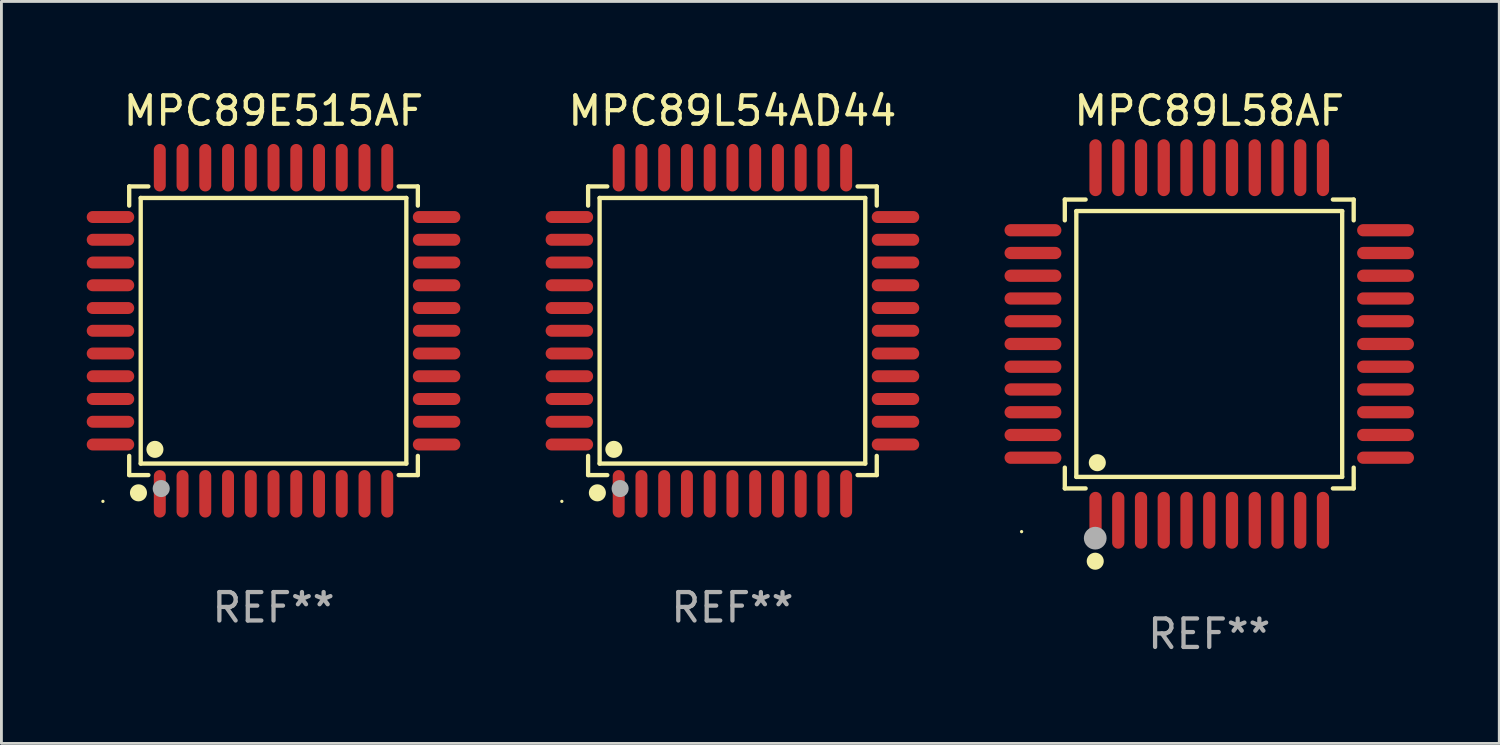
<source format=kicad_pcb>
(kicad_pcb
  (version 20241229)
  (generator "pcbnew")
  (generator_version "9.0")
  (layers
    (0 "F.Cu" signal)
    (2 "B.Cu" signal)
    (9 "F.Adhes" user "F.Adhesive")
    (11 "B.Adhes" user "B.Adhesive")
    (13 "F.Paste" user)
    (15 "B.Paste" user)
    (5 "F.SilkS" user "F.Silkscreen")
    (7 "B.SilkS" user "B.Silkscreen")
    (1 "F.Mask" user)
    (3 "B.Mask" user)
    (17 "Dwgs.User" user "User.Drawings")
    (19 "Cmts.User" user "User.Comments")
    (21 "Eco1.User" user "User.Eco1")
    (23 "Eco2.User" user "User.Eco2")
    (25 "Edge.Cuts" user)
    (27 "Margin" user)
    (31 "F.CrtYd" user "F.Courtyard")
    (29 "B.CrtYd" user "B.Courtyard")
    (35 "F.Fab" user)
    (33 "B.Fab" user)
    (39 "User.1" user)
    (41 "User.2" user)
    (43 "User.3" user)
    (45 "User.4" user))
  (footprint "MPC89E515AF"
    (layer "F.Cu")
    (at 6.57 8.583)
    (property "Reference" "MPC89E515AF" (at 0 -7.735 0) (layer "F.SilkS") (effects (font (size 1 1) (thickness 0.15))))
    (attr through_hole)
    (fp_line (start -5.076 -5.076) (end -4.401 -5.076) (stroke (width 0.152) (type solid)) (layer "F.SilkS"))
    (fp_line (start -5.076 -4.401) (end -5.076 -5.076) (stroke (width 0.152) (type solid)) (layer "F.SilkS"))
    (fp_line (start -5.076 4.401) (end -5.076 5.076) (stroke (width 0.152) (type solid)) (layer "F.SilkS"))
    (fp_line (start -5.076 5.076) (end -4.401 5.076) (stroke (width 0.152) (type solid)) (layer "F.SilkS"))
    (fp_line (start -4.671 -4.671) (end 4.671 -4.671) (stroke (width 0.152) (type solid)) (layer "F.SilkS"))
    (fp_line (start -4.671 4.671) (end -4.671 -4.671) (stroke (width 0.152) (type solid)) (layer "F.SilkS"))
    (fp_line (start 4.671 -4.671) (end 4.671 4.671) (stroke (width 0.152) (type solid)) (layer "F.SilkS"))
    (fp_line (start 4.671 4.671) (end -4.671 4.671) (stroke (width 0.152) (type solid)) (layer "F.SilkS"))
    (fp_line (start 5.076 -5.076) (end 4.401 -5.076) (stroke (width 0.152) (type solid)) (layer "F.SilkS"))
    (fp_line (start 5.076 -4.401) (end 5.076 -5.076) (stroke (width 0.152) (type solid)) (layer "F.SilkS"))
    (fp_line (start 5.076 4.401) (end 5.076 5.076) (stroke (width 0.152) (type solid)) (layer "F.SilkS"))
    (fp_line (start 5.076 5.076) (end 4.401 5.076) (stroke (width 0.152) (type solid)) (layer "F.SilkS"))
    (fp_circle (center -6 6) (end -5.97 6) (stroke (width 0.06) (type solid)) (fill no) (layer "F.SilkS"))
    (fp_circle (center -4.75 5.7) (end -4.6 5.7) (stroke (width 0.3) (type solid)) (fill no) (layer "F.SilkS"))
    (fp_circle (center -4.171 4.171) (end -4.021 4.171) (stroke (width 0.3) (type solid)) (fill no) (layer "F.SilkS"))
    (fp_circle (center -3.95 5.55) (end -3.8 5.55) (stroke (width 0.3) (type solid)) (fill no) (layer "F.Fab"))
    (fp_text user "REF**" (at 0 9.735 0) (layer "F.Fab") (effects (font (size 1 1) (thickness 0.15))))
    (pad "1" smd oval (at -4 5.735) (size 0.42 1.67) (layers "F.Cu" "F.Mask" "F.Paste"))
    (pad "2" smd oval (at -3.2 5.735) (size 0.42 1.67) (layers "F.Cu" "F.Mask" "F.Paste"))
    (pad "3" smd oval (at -2.4 5.735) (size 0.42 1.67) (layers "F.Cu" "F.Mask" "F.Paste"))
    (pad "4" smd oval (at -1.6 5.735) (size 0.42 1.67) (layers "F.Cu" "F.Mask" "F.Paste"))
    (pad "5" smd oval (at -0.8 5.735) (size 0.42 1.67) (layers "F.Cu" "F.Mask" "F.Paste"))
    (pad "6" smd oval (at 0 5.735) (size 0.42 1.67) (layers "F.Cu" "F.Mask" "F.Paste"))
    (pad "7" smd oval (at 0.8 5.735) (size 0.42 1.67) (layers "F.Cu" "F.Mask" "F.Paste"))
    (pad "8" smd oval (at 1.6 5.735) (size 0.42 1.67) (layers "F.Cu" "F.Mask" "F.Paste"))
    (pad "9" smd oval (at 2.4 5.735) (size 0.42 1.67) (layers "F.Cu" "F.Mask" "F.Paste"))
    (pad "10" smd oval (at 3.2 5.735) (size 0.42 1.67) (layers "F.Cu" "F.Mask" "F.Paste"))
    (pad "11" smd oval (at 4 5.735) (size 0.42 1.67) (layers "F.Cu" "F.Mask" "F.Paste"))
    (pad "12" smd oval (at 5.735 4) (size 1.67 0.42) (layers "F.Cu" "F.Mask" "F.Paste"))
    (pad "13" smd oval (at 5.735 3.2) (size 1.67 0.42) (layers "F.Cu" "F.Mask" "F.Paste"))
    (pad "14" smd oval (at 5.735 2.4) (size 1.67 0.42) (layers "F.Cu" "F.Mask" "F.Paste"))
    (pad "15" smd oval (at 5.735 1.6) (size 1.67 0.42) (layers "F.Cu" "F.Mask" "F.Paste"))
    (pad "16" smd oval (at 5.735 0.8) (size 1.67 0.42) (layers "F.Cu" "F.Mask" "F.Paste"))
    (pad "17" smd oval (at 5.735 0) (size 1.67 0.42) (layers "F.Cu" "F.Mask" "F.Paste"))
    (pad "18" smd oval (at 5.735 -0.8) (size 1.67 0.42) (layers "F.Cu" "F.Mask" "F.Paste"))
    (pad "19" smd oval (at 5.735 -1.6) (size 1.67 0.42) (layers "F.Cu" "F.Mask" "F.Paste"))
    (pad "20" smd oval (at 5.735 -2.4) (size 1.67 0.42) (layers "F.Cu" "F.Mask" "F.Paste"))
    (pad "21" smd oval (at 5.735 -3.2) (size 1.67 0.42) (layers "F.Cu" "F.Mask" "F.Paste"))
    (pad "22" smd oval (at 5.735 -4) (size 1.67 0.42) (layers "F.Cu" "F.Mask" "F.Paste"))
    (pad "23" smd oval (at 4 -5.735) (size 0.42 1.67) (layers "F.Cu" "F.Mask" "F.Paste"))
    (pad "24" smd oval (at 3.2 -5.735) (size 0.42 1.67) (layers "F.Cu" "F.Mask" "F.Paste"))
    (pad "25" smd oval (at 2.4 -5.735) (size 0.42 1.67) (layers "F.Cu" "F.Mask" "F.Paste"))
    (pad "26" smd oval (at 1.6 -5.735) (size 0.42 1.67) (layers "F.Cu" "F.Mask" "F.Paste"))
    (pad "27" smd oval (at 0.8 -5.735) (size 0.42 1.67) (layers "F.Cu" "F.Mask" "F.Paste"))
    (pad "28" smd oval (at 0 -5.735) (size 0.42 1.67) (layers "F.Cu" "F.Mask" "F.Paste"))
    (pad "29" smd oval (at -0.8 -5.735) (size 0.42 1.67) (layers "F.Cu" "F.Mask" "F.Paste"))
    (pad "30" smd oval (at -1.6 -5.735) (size 0.42 1.67) (layers "F.Cu" "F.Mask" "F.Paste"))
    (pad "31" smd oval (at -2.4 -5.735) (size 0.42 1.67) (layers "F.Cu" "F.Mask" "F.Paste"))
    (pad "32" smd oval (at -3.2 -5.735) (size 0.42 1.67) (layers "F.Cu" "F.Mask" "F.Paste"))
    (pad "33" smd oval (at -4 -5.735) (size 0.42 1.67) (layers "F.Cu" "F.Mask" "F.Paste"))
    (pad "34" smd oval (at -5.735 -4) (size 1.67 0.42) (layers "F.Cu" "F.Mask" "F.Paste"))
    (pad "35" smd oval (at -5.735 -3.2) (size 1.67 0.42) (layers "F.Cu" "F.Mask" "F.Paste"))
    (pad "36" smd oval (at -5.735 -2.4) (size 1.67 0.42) (layers "F.Cu" "F.Mask" "F.Paste"))
    (pad "37" smd oval (at -5.735 -1.6) (size 1.67 0.42) (layers "F.Cu" "F.Mask" "F.Paste"))
    (pad "38" smd oval (at -5.735 -0.8) (size 1.67 0.42) (layers "F.Cu" "F.Mask" "F.Paste"))
    (pad "39" smd oval (at -5.735 0) (size 1.67 0.42) (layers "F.Cu" "F.Mask" "F.Paste"))
    (pad "40" smd oval (at -5.735 0.8) (size 1.67 0.42) (layers "F.Cu" "F.Mask" "F.Paste"))
    (pad "41" smd oval (at -5.735 1.6) (size 1.67 0.42) (layers "F.Cu" "F.Mask" "F.Paste"))
    (pad "42" smd oval (at -5.735 2.4) (size 1.67 0.42) (layers "F.Cu" "F.Mask" "F.Paste"))
    (pad "43" smd oval (at -5.735 3.2) (size 1.67 0.42) (layers "F.Cu" "F.Mask" "F.Paste"))
    (pad "44" smd oval (at -5.735 4) (size 1.67 0.42) (layers "F.Cu" "F.Mask" "F.Paste")))
  (footprint "MPC89L58AF"
    (layer "F.Cu")
    (at 39.48 9.048)
    (property "Reference" "MPC89L58AF" (at 0 -8.2 0) (layer "F.SilkS") (effects (font (size 1 1) (thickness 0.15))))
    (attr through_hole)
    (fp_line (start -5.08 -5.08) (end -4.348 -5.08) (stroke (width 0.152) (type solid)) (layer "F.SilkS"))
    (fp_line (start -5.08 -4.348) (end -5.08 -5.08) (stroke (width 0.152) (type solid)) (layer "F.SilkS"))
    (fp_line (start -5.08 4.348) (end -5.08 5.08) (stroke (width 0.152) (type solid)) (layer "F.SilkS"))
    (fp_line (start -5.08 5.08) (end -4.348 5.08) (stroke (width 0.152) (type solid)) (layer "F.SilkS"))
    (fp_line (start -4.675 -4.675) (end 4.675 -4.675) (stroke (width 0.152) (type solid)) (layer "F.SilkS"))
    (fp_line (start -4.675 4.675) (end -4.675 -4.675) (stroke (width 0.152) (type solid)) (layer "F.SilkS"))
    (fp_line (start 4.675 -4.675) (end 4.675 4.675) (stroke (width 0.152) (type solid)) (layer "F.SilkS"))
    (fp_line (start 4.675 4.675) (end -4.675 4.675) (stroke (width 0.152) (type solid)) (layer "F.SilkS"))
    (fp_line (start 5.08 -5.08) (end 4.348 -5.08) (stroke (width 0.152) (type solid)) (layer "F.SilkS"))
    (fp_line (start 5.08 -4.348) (end 5.08 -5.08) (stroke (width 0.152) (type solid)) (layer "F.SilkS"))
    (fp_line (start 5.08 4.348) (end 5.08 5.08) (stroke (width 0.152) (type solid)) (layer "F.SilkS"))
    (fp_line (start 5.08 5.08) (end 4.348 5.08) (stroke (width 0.152) (type solid)) (layer "F.SilkS"))
    (fp_circle (center -6.6 6.6) (end -6.57 6.6) (stroke (width 0.06) (type solid)) (fill no) (layer "F.SilkS"))
    (fp_circle (center -4.01 7.64) (end -3.86 7.64) (stroke (width 0.3) (type solid)) (fill no) (layer "F.SilkS"))
    (fp_circle (center -3.937 4.175) (end -3.787 4.175) (stroke (width 0.3) (type solid)) (fill no) (layer "F.SilkS"))
    (fp_circle (center -4.01 6.83) (end -3.81 6.83) (stroke (width 0.4) (type solid)) (fill no) (layer "F.Fab"))
    (fp_text user "REF**" (at 0 10.2 0) (layer "F.Fab") (effects (font (size 1 1) (thickness 0.15))))
    (pad "1" smd oval (at -4 6.2) (size 0.43 2) (layers "F.Cu" "F.Mask" "F.Paste"))
    (pad "2" smd oval (at -3.2 6.2) (size 0.43 2) (layers "F.Cu" "F.Mask" "F.Paste"))
    (pad "3" smd oval (at -2.4 6.2) (size 0.43 2) (layers "F.Cu" "F.Mask" "F.Paste"))
    (pad "4" smd oval (at -1.6 6.2) (size 0.43 2) (layers "F.Cu" "F.Mask" "F.Paste"))
    (pad "5" smd oval (at -0.8 6.2) (size 0.43 2) (layers "F.Cu" "F.Mask" "F.Paste"))
    (pad "6" smd oval (at 0 6.2) (size 0.43 2) (layers "F.Cu" "F.Mask" "F.Paste"))
    (pad "7" smd oval (at 0.8 6.2) (size 0.43 2) (layers "F.Cu" "F.Mask" "F.Paste"))
    (pad "8" smd oval (at 1.6 6.2) (size 0.43 2) (layers "F.Cu" "F.Mask" "F.Paste"))
    (pad "9" smd oval (at 2.4 6.2) (size 0.43 2) (layers "F.Cu" "F.Mask" "F.Paste"))
    (pad "10" smd oval (at 3.2 6.2) (size 0.43 2) (layers "F.Cu" "F.Mask" "F.Paste"))
    (pad "11" smd oval (at 4 6.2) (size 0.43 2) (layers "F.Cu" "F.Mask" "F.Paste"))
    (pad "12" smd oval (at 6.2 4) (size 2 0.43) (layers "F.Cu" "F.Mask" "F.Paste"))
    (pad "13" smd oval (at 6.2 3.2) (size 2 0.43) (layers "F.Cu" "F.Mask" "F.Paste"))
    (pad "14" smd oval (at 6.2 2.4) (size 2 0.43) (layers "F.Cu" "F.Mask" "F.Paste"))
    (pad "15" smd oval (at 6.2 1.6) (size 2 0.43) (layers "F.Cu" "F.Mask" "F.Paste"))
    (pad "16" smd oval (at 6.2 0.8) (size 2 0.43) (layers "F.Cu" "F.Mask" "F.Paste"))
    (pad "17" smd oval (at 6.2 0) (size 2 0.43) (layers "F.Cu" "F.Mask" "F.Paste"))
    (pad "18" smd oval (at 6.2 -0.8) (size 2 0.43) (layers "F.Cu" "F.Mask" "F.Paste"))
    (pad "19" smd oval (at 6.2 -1.6) (size 2 0.43) (layers "F.Cu" "F.Mask" "F.Paste"))
    (pad "20" smd oval (at 6.2 -2.4) (size 2 0.43) (layers "F.Cu" "F.Mask" "F.Paste"))
    (pad "21" smd oval (at 6.2 -3.2) (size 2 0.43) (layers "F.Cu" "F.Mask" "F.Paste"))
    (pad "22" smd oval (at 6.2 -4) (size 2 0.43) (layers "F.Cu" "F.Mask" "F.Paste"))
    (pad "23" smd oval (at 4 -6.2) (size 0.43 2) (layers "F.Cu" "F.Mask" "F.Paste"))
    (pad "24" smd oval (at 3.2 -6.2) (size 0.43 2) (layers "F.Cu" "F.Mask" "F.Paste"))
    (pad "25" smd oval (at 2.4 -6.2) (size 0.43 2) (layers "F.Cu" "F.Mask" "F.Paste"))
    (pad "26" smd oval (at 1.6 -6.2) (size 0.43 2) (layers "F.Cu" "F.Mask" "F.Paste"))
    (pad "27" smd oval (at 0.8 -6.2) (size 0.43 2) (layers "F.Cu" "F.Mask" "F.Paste"))
    (pad "28" smd oval (at 0 -6.2) (size 0.43 2) (layers "F.Cu" "F.Mask" "F.Paste"))
    (pad "29" smd oval (at -0.8 -6.2) (size 0.43 2) (layers "F.Cu" "F.Mask" "F.Paste"))
    (pad "30" smd oval (at -1.6 -6.2) (size 0.43 2) (layers "F.Cu" "F.Mask" "F.Paste"))
    (pad "31" smd oval (at -2.4 -6.2) (size 0.43 2) (layers "F.Cu" "F.Mask" "F.Paste"))
    (pad "32" smd oval (at -3.2 -6.2) (size 0.43 2) (layers "F.Cu" "F.Mask" "F.Paste"))
    (pad "33" smd oval (at -4 -6.2) (size 0.43 2) (layers "F.Cu" "F.Mask" "F.Paste"))
    (pad "34" smd oval (at -6.2 -4) (size 2 0.43) (layers "F.Cu" "F.Mask" "F.Paste"))
    (pad "35" smd oval (at -6.2 -3.2) (size 2 0.43) (layers "F.Cu" "F.Mask" "F.Paste"))
    (pad "36" smd oval (at -6.2 -2.4) (size 2 0.43) (layers "F.Cu" "F.Mask" "F.Paste"))
    (pad "37" smd oval (at -6.2 -1.6) (size 2 0.43) (layers "F.Cu" "F.Mask" "F.Paste"))
    (pad "38" smd oval (at -6.2 -0.8) (size 2 0.43) (layers "F.Cu" "F.Mask" "F.Paste"))
    (pad "39" smd oval (at -6.2 0) (size 2 0.43) (layers "F.Cu" "F.Mask" "F.Paste"))
    (pad "40" smd oval (at -6.2 0.8) (size 2 0.43) (layers "F.Cu" "F.Mask" "F.Paste"))
    (pad "41" smd oval (at -6.2 1.6) (size 2 0.43) (layers "F.Cu" "F.Mask" "F.Paste"))
    (pad "42" smd oval (at -6.2 2.4) (size 2 0.43) (layers "F.Cu" "F.Mask" "F.Paste"))
    (pad "43" smd oval (at -6.2 3.2) (size 2 0.43) (layers "F.Cu" "F.Mask" "F.Paste"))
    (pad "44" smd oval (at -6.2 4) (size 2 0.43) (layers "F.Cu" "F.Mask" "F.Paste")))
  (footprint "MPC89L54AD44"
    (layer "F.Cu")
    (at 22.71 8.583)
    (property "Reference" "MPC89L54AD44" (at 0 -7.735 0) (layer "F.SilkS") (effects (font (size 1 1) (thickness 0.15))))
    (attr through_hole)
    (fp_line (start -5.076 -5.076) (end -4.401 -5.076) (stroke (width 0.152) (type solid)) (layer "F.SilkS"))
    (fp_line (start -5.076 -4.401) (end -5.076 -5.076) (stroke (width 0.152) (type solid)) (layer "F.SilkS"))
    (fp_line (start -5.076 4.401) (end -5.076 5.076) (stroke (width 0.152) (type solid)) (layer "F.SilkS"))
    (fp_line (start -5.076 5.076) (end -4.401 5.076) (stroke (width 0.152) (type solid)) (layer "F.SilkS"))
    (fp_line (start -4.671 -4.671) (end 4.671 -4.671) (stroke (width 0.152) (type solid)) (layer "F.SilkS"))
    (fp_line (start -4.671 4.671) (end -4.671 -4.671) (stroke (width 0.152) (type solid)) (layer "F.SilkS"))
    (fp_line (start 4.671 -4.671) (end 4.671 4.671) (stroke (width 0.152) (type solid)) (layer "F.SilkS"))
    (fp_line (start 4.671 4.671) (end -4.671 4.671) (stroke (width 0.152) (type solid)) (layer "F.SilkS"))
    (fp_line (start 5.076 -5.076) (end 4.401 -5.076) (stroke (width 0.152) (type solid)) (layer "F.SilkS"))
    (fp_line (start 5.076 -4.401) (end 5.076 -5.076) (stroke (width 0.152) (type solid)) (layer "F.SilkS"))
    (fp_line (start 5.076 4.401) (end 5.076 5.076) (stroke (width 0.152) (type solid)) (layer "F.SilkS"))
    (fp_line (start 5.076 5.076) (end 4.401 5.076) (stroke (width 0.152) (type solid)) (layer "F.SilkS"))
    (fp_circle (center -6 6) (end -5.97 6) (stroke (width 0.06) (type solid)) (fill no) (layer "F.SilkS"))
    (fp_circle (center -4.75 5.7) (end -4.6 5.7) (stroke (width 0.3) (type solid)) (fill no) (layer "F.SilkS"))
    (fp_circle (center -4.171 4.171) (end -4.021 4.171) (stroke (width 0.3) (type solid)) (fill no) (layer "F.SilkS"))
    (fp_circle (center -3.95 5.55) (end -3.8 5.55) (stroke (width 0.3) (type solid)) (fill no) (layer "F.Fab"))
    (fp_text user "REF**" (at 0 9.735 0) (layer "F.Fab") (effects (font (size 1 1) (thickness 0.15))))
    (pad "1" smd oval (at -4 5.735) (size 0.42 1.67) (layers "F.Cu" "F.Mask" "F.Paste"))
    (pad "2" smd oval (at -3.2 5.735) (size 0.42 1.67) (layers "F.Cu" "F.Mask" "F.Paste"))
    (pad "3" smd oval (at -2.4 5.735) (size 0.42 1.67) (layers "F.Cu" "F.Mask" "F.Paste"))
    (pad "4" smd oval (at -1.6 5.735) (size 0.42 1.67) (layers "F.Cu" "F.Mask" "F.Paste"))
    (pad "5" smd oval (at -0.8 5.735) (size 0.42 1.67) (layers "F.Cu" "F.Mask" "F.Paste"))
    (pad "6" smd oval (at 0 5.735) (size 0.42 1.67) (layers "F.Cu" "F.Mask" "F.Paste"))
    (pad "7" smd oval (at 0.8 5.735) (size 0.42 1.67) (layers "F.Cu" "F.Mask" "F.Paste"))
    (pad "8" smd oval (at 1.6 5.735) (size 0.42 1.67) (layers "F.Cu" "F.Mask" "F.Paste"))
    (pad "9" smd oval (at 2.4 5.735) (size 0.42 1.67) (layers "F.Cu" "F.Mask" "F.Paste"))
    (pad "10" smd oval (at 3.2 5.735) (size 0.42 1.67) (layers "F.Cu" "F.Mask" "F.Paste"))
    (pad "11" smd oval (at 4 5.735) (size 0.42 1.67) (layers "F.Cu" "F.Mask" "F.Paste"))
    (pad "12" smd oval (at 5.735 4) (size 1.67 0.42) (layers "F.Cu" "F.Mask" "F.Paste"))
    (pad "13" smd oval (at 5.735 3.2) (size 1.67 0.42) (layers "F.Cu" "F.Mask" "F.Paste"))
    (pad "14" smd oval (at 5.735 2.4) (size 1.67 0.42) (layers "F.Cu" "F.Mask" "F.Paste"))
    (pad "15" smd oval (at 5.735 1.6) (size 1.67 0.42) (layers "F.Cu" "F.Mask" "F.Paste"))
    (pad "16" smd oval (at 5.735 0.8) (size 1.67 0.42) (layers "F.Cu" "F.Mask" "F.Paste"))
    (pad "17" smd oval (at 5.735 0) (size 1.67 0.42) (layers "F.Cu" "F.Mask" "F.Paste"))
    (pad "18" smd oval (at 5.735 -0.8) (size 1.67 0.42) (layers "F.Cu" "F.Mask" "F.Paste"))
    (pad "19" smd oval (at 5.735 -1.6) (size 1.67 0.42) (layers "F.Cu" "F.Mask" "F.Paste"))
    (pad "20" smd oval (at 5.735 -2.4) (size 1.67 0.42) (layers "F.Cu" "F.Mask" "F.Paste"))
    (pad "21" smd oval (at 5.735 -3.2) (size 1.67 0.42) (layers "F.Cu" "F.Mask" "F.Paste"))
    (pad "22" smd oval (at 5.735 -4) (size 1.67 0.42) (layers "F.Cu" "F.Mask" "F.Paste"))
    (pad "23" smd oval (at 4 -5.735) (size 0.42 1.67) (layers "F.Cu" "F.Mask" "F.Paste"))
    (pad "24" smd oval (at 3.2 -5.735) (size 0.42 1.67) (layers "F.Cu" "F.Mask" "F.Paste"))
    (pad "25" smd oval (at 2.4 -5.735) (size 0.42 1.67) (layers "F.Cu" "F.Mask" "F.Paste"))
    (pad "26" smd oval (at 1.6 -5.735) (size 0.42 1.67) (layers "F.Cu" "F.Mask" "F.Paste"))
    (pad "27" smd oval (at 0.8 -5.735) (size 0.42 1.67) (layers "F.Cu" "F.Mask" "F.Paste"))
    (pad "28" smd oval (at 0 -5.735) (size 0.42 1.67) (layers "F.Cu" "F.Mask" "F.Paste"))
    (pad "29" smd oval (at -0.8 -5.735) (size 0.42 1.67) (layers "F.Cu" "F.Mask" "F.Paste"))
    (pad "30" smd oval (at -1.6 -5.735) (size 0.42 1.67) (layers "F.Cu" "F.Mask" "F.Paste"))
    (pad "31" smd oval (at -2.4 -5.735) (size 0.42 1.67) (layers "F.Cu" "F.Mask" "F.Paste"))
    (pad "32" smd oval (at -3.2 -5.735) (size 0.42 1.67) (layers "F.Cu" "F.Mask" "F.Paste"))
    (pad "33" smd oval (at -4 -5.735) (size 0.42 1.67) (layers "F.Cu" "F.Mask" "F.Paste"))
    (pad "34" smd oval (at -5.735 -4) (size 1.67 0.42) (layers "F.Cu" "F.Mask" "F.Paste"))
    (pad "35" smd oval (at -5.735 -3.2) (size 1.67 0.42) (layers "F.Cu" "F.Mask" "F.Paste"))
    (pad "36" smd oval (at -5.735 -2.4) (size 1.67 0.42) (layers "F.Cu" "F.Mask" "F.Paste"))
    (pad "37" smd oval (at -5.735 -1.6) (size 1.67 0.42) (layers "F.Cu" "F.Mask" "F.Paste"))
    (pad "38" smd oval (at -5.735 -0.8) (size 1.67 0.42) (layers "F.Cu" "F.Mask" "F.Paste"))
    (pad "39" smd oval (at -5.735 0) (size 1.67 0.42) (layers "F.Cu" "F.Mask" "F.Paste"))
    (pad "40" smd oval (at -5.735 0.8) (size 1.67 0.42) (layers "F.Cu" "F.Mask" "F.Paste"))
    (pad "41" smd oval (at -5.735 1.6) (size 1.67 0.42) (layers "F.Cu" "F.Mask" "F.Paste"))
    (pad "42" smd oval (at -5.735 2.4) (size 1.67 0.42) (layers "F.Cu" "F.Mask" "F.Paste"))
    (pad "43" smd oval (at -5.735 3.2) (size 1.67 0.42) (layers "F.Cu" "F.Mask" "F.Paste"))
    (pad "44" smd oval (at -5.735 4) (size 1.67 0.42) (layers "F.Cu" "F.Mask" "F.Paste")))
  (gr_rect
    (start -3 -3)
    (end 49.68 23.096)
    (stroke (width 0.1) (type default))
    (fill no)
    (layer "Edge.Cuts")))
</source>
